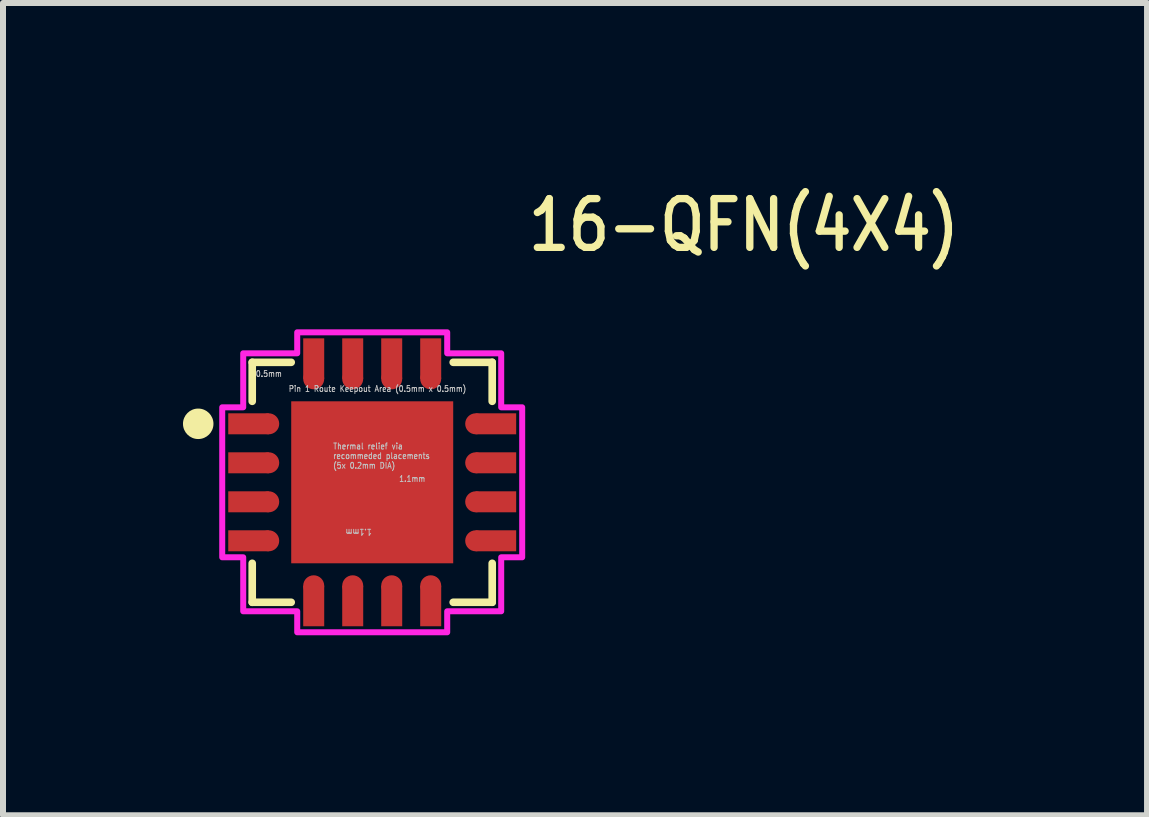
<source format=kicad_pcb>
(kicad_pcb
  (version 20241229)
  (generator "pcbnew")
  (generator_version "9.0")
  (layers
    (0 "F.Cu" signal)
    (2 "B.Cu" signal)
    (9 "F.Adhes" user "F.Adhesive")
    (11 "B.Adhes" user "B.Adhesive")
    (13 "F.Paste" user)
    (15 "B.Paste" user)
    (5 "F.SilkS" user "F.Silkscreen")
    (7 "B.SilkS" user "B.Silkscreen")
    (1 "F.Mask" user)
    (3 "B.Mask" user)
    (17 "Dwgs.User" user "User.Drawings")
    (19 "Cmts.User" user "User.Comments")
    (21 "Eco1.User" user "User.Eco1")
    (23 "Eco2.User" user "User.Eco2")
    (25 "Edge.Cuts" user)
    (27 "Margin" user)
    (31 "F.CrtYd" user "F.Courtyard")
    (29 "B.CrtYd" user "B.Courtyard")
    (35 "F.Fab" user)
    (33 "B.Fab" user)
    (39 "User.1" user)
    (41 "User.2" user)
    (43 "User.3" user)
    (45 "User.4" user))
  (footprint "16-QFN(4X4)"
    (layer "F.Cu")
    (at 3.154 4.989)
    (property "Reference" "16-QFN(4X4)" (at 2.54 -3.81 0) (unlocked yes) (layer "F.SilkS") (effects (font (size 0.813 0.695) (thickness 0.122)) (justify left bottom)))
    (fp_circle (center -1.725 -0.975) (end -1.55 -0.975) (stroke (width 0) (type solid)) (fill yes) (layer "F.Cu"))
    (fp_circle (center -1.725 -0.325) (end -1.55 -0.325) (stroke (width 0) (type solid)) (fill yes) (layer "F.Cu"))
    (fp_circle (center -1.725 0.325) (end -1.55 0.325) (stroke (width 0) (type solid)) (fill yes) (layer "F.Cu"))
    (fp_circle (center -1.725 0.975) (end -1.55 0.975) (stroke (width 0) (type solid)) (fill yes) (layer "F.Cu"))
    (fp_circle (center -0.975 -1.725) (end -0.8 -1.725) (stroke (width 0) (type solid)) (fill yes) (layer "F.Cu"))
    (fp_circle (center -0.975 1.725) (end -0.8 1.725) (stroke (width 0) (type solid)) (fill yes) (layer "F.Cu"))
    (fp_circle (center -0.325 -1.725) (end -0.15 -1.725) (stroke (width 0) (type solid)) (fill yes) (layer "F.Cu"))
    (fp_circle (center -0.325 1.725) (end -0.15 1.725) (stroke (width 0) (type solid)) (fill yes) (layer "F.Cu"))
    (fp_circle (center 0.325 -1.725) (end 0.5 -1.725) (stroke (width 0) (type solid)) (fill yes) (layer "F.Cu"))
    (fp_circle (center 0.325 1.725) (end 0.5 1.725) (stroke (width 0) (type solid)) (fill yes) (layer "F.Cu"))
    (fp_circle (center 0.975 -1.725) (end 1.15 -1.725) (stroke (width 0) (type solid)) (fill yes) (layer "F.Cu"))
    (fp_circle (center 0.975 1.725) (end 1.15 1.725) (stroke (width 0) (type solid)) (fill yes) (layer "F.Cu"))
    (fp_circle (center 1.725 -0.975) (end 1.9 -0.975) (stroke (width 0) (type solid)) (fill yes) (layer "F.Cu"))
    (fp_circle (center 1.725 -0.325) (end 1.9 -0.325) (stroke (width 0) (type solid)) (fill yes) (layer "F.Cu"))
    (fp_circle (center 1.725 0.325) (end 1.9 0.325) (stroke (width 0) (type solid)) (fill yes) (layer "F.Cu"))
    (fp_circle (center 1.725 0.975) (end 1.9 0.975) (stroke (width 0) (type solid)) (fill yes) (layer "F.Cu"))
    (fp_poly (pts (xy -2.5 -0.7) (xy -2.5 -1.25) (xy -1.725 -1.25) (xy -1.45 -0.975) (xy -1.725 -0.7)) (stroke (width 0) (type solid)) (fill yes) (layer "F.Mask"))
    (fp_poly (pts (xy -2.5 -0.05) (xy -2.5 -0.6) (xy -1.725 -0.6) (xy -1.45 -0.325) (xy -1.725 -0.05)) (stroke (width 0) (type solid)) (fill yes) (layer "F.Mask"))
    (fp_poly (pts (xy -2.5 0.6) (xy -2.5 0.05) (xy -1.725 0.05) (xy -1.45 0.325) (xy -1.725 0.6)) (stroke (width 0) (type solid)) (fill yes) (layer "F.Mask"))
    (fp_poly (pts (xy -2.5 1.25) (xy -2.5 0.7) (xy -1.725 0.7) (xy -1.45 0.975) (xy -1.725 1.25)) (stroke (width 0) (type solid)) (fill yes) (layer "F.Mask"))
    (fp_poly (pts (xy -1.25 -2.5) (xy -0.7 -2.5) (xy -0.7 -1.725) (xy -0.975 -1.45) (xy -1.25 -1.725)) (stroke (width 0) (type solid)) (fill yes) (layer "F.Mask"))
    (fp_poly (pts (xy -0.7 2.5) (xy -1.25 2.5) (xy -1.25 1.725) (xy -0.975 1.45) (xy -0.7 1.725)) (stroke (width 0) (type solid)) (fill yes) (layer "F.Mask"))
    (fp_poly (pts (xy -0.6 -2.5) (xy -0.05 -2.5) (xy -0.05 -1.725) (xy -0.325 -1.45) (xy -0.6 -1.725)) (stroke (width 0) (type solid)) (fill yes) (layer "F.Mask"))
    (fp_poly (pts (xy -0.05 2.5) (xy -0.6 2.5) (xy -0.6 1.725) (xy -0.325 1.45) (xy -0.05 1.725)) (stroke (width 0) (type solid)) (fill yes) (layer "F.Mask"))
    (fp_poly (pts (xy 0.05 -2.5) (xy 0.6 -2.5) (xy 0.6 -1.725) (xy 0.325 -1.45) (xy 0.05 -1.725)) (stroke (width 0) (type solid)) (fill yes) (layer "F.Mask"))
    (fp_poly (pts (xy 0.6 2.5) (xy 0.05 2.5) (xy 0.05 1.725) (xy 0.325 1.45) (xy 0.6 1.725)) (stroke (width 0) (type solid)) (fill yes) (layer "F.Mask"))
    (fp_poly (pts (xy 0.7 -2.5) (xy 1.25 -2.5) (xy 1.25 -1.725) (xy 0.975 -1.45) (xy 0.7 -1.725)) (stroke (width 0) (type solid)) (fill yes) (layer "F.Mask"))
    (fp_poly (pts (xy 1.25 2.5) (xy 0.7 2.5) (xy 0.7 1.725) (xy 0.975 1.45) (xy 1.25 1.725)) (stroke (width 0) (type solid)) (fill yes) (layer "F.Mask"))
    (fp_poly (pts (xy 2.5 -1.25) (xy 2.5 -0.7) (xy 1.725 -0.7) (xy 1.45 -0.975) (xy 1.725 -1.25)) (stroke (width 0) (type solid)) (fill yes) (layer "F.Mask"))
    (fp_poly (pts (xy 2.5 -0.6) (xy 2.5 -0.05) (xy 1.725 -0.05) (xy 1.45 -0.325) (xy 1.725 -0.6)) (stroke (width 0) (type solid)) (fill yes) (layer "F.Mask"))
    (fp_poly (pts (xy 2.5 0.05) (xy 2.5 0.6) (xy 1.725 0.6) (xy 1.45 0.325) (xy 1.725 0.05)) (stroke (width 0) (type solid)) (fill yes) (layer "F.Mask"))
    (fp_poly (pts (xy 2.5 0.7) (xy 2.5 1.25) (xy 1.725 1.25) (xy 1.45 0.975) (xy 1.725 0.7)) (stroke (width 0) (type solid)) (fill yes) (layer "F.Mask"))
    (fp_line (start -2 -2) (end -1.35 -2) (stroke (width 0.127) (type solid)) (layer "F.SilkS"))
    (fp_line (start -2 -1.35) (end -2 -2) (stroke (width 0.127) (type solid)) (layer "F.SilkS"))
    (fp_line (start -2 2) (end -2 1.35) (stroke (width 0.127) (type solid)) (layer "F.SilkS"))
    (fp_line (start -1.35 2) (end -2 2) (stroke (width 0.127) (type solid)) (layer "F.SilkS"))
    (fp_line (start 1.35 -2) (end 2 -2) (stroke (width 0.127) (type solid)) (layer "F.SilkS"))
    (fp_line (start 2 -2) (end 2 -1.35) (stroke (width 0.127) (type solid)) (layer "F.SilkS"))
    (fp_line (start 2 1.35) (end 2 2) (stroke (width 0.127) (type solid)) (layer "F.SilkS"))
    (fp_line (start 2 2) (end 1.35 2) (stroke (width 0.127) (type solid)) (layer "F.SilkS"))
    (fp_circle (center -2.9 -0.975) (end -2.646 -0.975) (stroke (width 0) (type solid)) (fill yes) (layer "F.SilkS"))
    (fp_poly (pts (xy -1.725 -1.125) (xy -1.575 -0.975) (xy -1.725 -0.825) (xy -2.375 -0.825) (xy -2.375 -1.125)) (stroke (width 0) (type solid)) (fill yes) (layer "F.Paste"))
    (fp_poly (pts (xy -1.725 -0.475) (xy -1.575 -0.325) (xy -1.725 -0.175) (xy -2.375 -0.175) (xy -2.375 -0.475)) (stroke (width 0) (type solid)) (fill yes) (layer "F.Paste"))
    (fp_poly (pts (xy -1.725 0.175) (xy -1.575 0.325) (xy -1.725 0.475) (xy -2.375 0.475) (xy -2.375 0.175)) (stroke (width 0) (type solid)) (fill yes) (layer "F.Paste"))
    (fp_poly (pts (xy -1.725 0.825) (xy -1.575 0.975) (xy -1.725 1.125) (xy -2.375 1.125) (xy -2.375 0.825)) (stroke (width 0) (type solid)) (fill yes) (layer "F.Paste"))
    (fp_poly (pts (xy -1.125 1.725) (xy -0.975 1.575) (xy -0.825 1.725) (xy -0.825 2.375) (xy -1.125 2.375)) (stroke (width 0) (type solid)) (fill yes) (layer "F.Paste"))
    (fp_poly (pts (xy -0.825 -1.725) (xy -0.975 -1.575) (xy -1.125 -1.725) (xy -1.125 -2.375) (xy -0.825 -2.375)) (stroke (width 0) (type solid)) (fill yes) (layer "F.Paste"))
    (fp_poly (pts (xy -0.475 1.725) (xy -0.325 1.575) (xy -0.175 1.725) (xy -0.175 2.375) (xy -0.475 2.375)) (stroke (width 0) (type solid)) (fill yes) (layer "F.Paste"))
    (fp_poly (pts (xy -0.175 -1.725) (xy -0.325 -1.575) (xy -0.475 -1.725) (xy -0.475 -2.375) (xy -0.175 -2.375)) (stroke (width 0) (type solid)) (fill yes) (layer "F.Paste"))
    (fp_poly (pts (xy -0.15 -0.15) (xy -0.15 -1.25) (xy -0.728 -1.25) (xy -1.25 -0.728) (xy -1.25 -0.15)) (stroke (width 0) (type solid)) (fill yes) (layer "F.Paste"))
    (fp_poly (pts (xy -0.15 0.15) (xy -1.25 0.15) (xy -1.25 0.728) (xy -0.728 1.25) (xy -0.15 1.25)) (stroke (width 0) (type solid)) (fill yes) (layer "F.Paste"))
    (fp_poly (pts (xy 0.15 -0.15) (xy 1.25 -0.15) (xy 1.25 -0.728) (xy 0.728 -1.25) (xy 0.15 -1.25)) (stroke (width 0) (type solid)) (fill yes) (layer "F.Paste"))
    (fp_poly (pts (xy 0.15 0.15) (xy 0.15 1.25) (xy 0.728 1.25) (xy 1.25 0.728) (xy 1.25 0.15)) (stroke (width 0) (type solid)) (fill yes) (layer "F.Paste"))
    (fp_poly (pts (xy 0.175 1.725) (xy 0.325 1.575) (xy 0.475 1.725) (xy 0.475 2.375) (xy 0.175 2.375)) (stroke (width 0) (type solid)) (fill yes) (layer "F.Paste"))
    (fp_poly (pts (xy 0.475 -1.725) (xy 0.325 -1.575) (xy 0.175 -1.725) (xy 0.175 -2.375) (xy 0.475 -2.375)) (stroke (width 0) (type solid)) (fill yes) (layer "F.Paste"))
    (fp_poly (pts (xy 0.825 1.725) (xy 0.975 1.575) (xy 1.125 1.725) (xy 1.125 2.375) (xy 0.825 2.375)) (stroke (width 0) (type solid)) (fill yes) (layer "F.Paste"))
    (fp_poly (pts (xy 1.125 -1.725) (xy 0.975 -1.575) (xy 0.825 -1.725) (xy 0.825 -2.375) (xy 1.125 -2.375)) (stroke (width 0) (type solid)) (fill yes) (layer "F.Paste"))
    (fp_poly (pts (xy 1.725 -0.825) (xy 1.575 -0.975) (xy 1.725 -1.125) (xy 2.375 -1.125) (xy 2.375 -0.825)) (stroke (width 0) (type solid)) (fill yes) (layer "F.Paste"))
    (fp_poly (pts (xy 1.725 -0.175) (xy 1.575 -0.325) (xy 1.725 -0.475) (xy 2.375 -0.475) (xy 2.375 -0.175)) (stroke (width 0) (type solid)) (fill yes) (layer "F.Paste"))
    (fp_poly (pts (xy 1.725 0.475) (xy 1.575 0.325) (xy 1.725 0.175) (xy 2.375 0.175) (xy 2.375 0.475)) (stroke (width 0) (type solid)) (fill yes) (layer "F.Paste"))
    (fp_poly (pts (xy 1.725 1.125) (xy 1.575 0.975) (xy 1.725 0.825) (xy 2.375 0.825) (xy 2.375 1.125)) (stroke (width 0) (type solid)) (fill yes) (layer "F.Paste"))
    (fp_line (start -2 -2) (end -2 -1.75) (stroke (width 0.000009) (type solid)) (layer "Dwgs.User"))
    (fp_line (start -2 -1.75) (end -2 -1.5) (stroke (width 0.000009) (type solid)) (layer "Dwgs.User"))
    (fp_line (start -2 -1.75) (end -1.95 -1.8) (stroke (width 0.000009) (type solid)) (layer "Dwgs.User"))
    (fp_line (start -2 -1.75) (end -1.95 -1.7) (stroke (width 0.000009) (type solid)) (layer "Dwgs.User"))
    (fp_line (start -2 -1.75) (end -1.75 -1.75) (stroke (width 0.000009) (type solid)) (layer "Dwgs.User"))
    (fp_line (start -2 -1.5) (end -1.75 -1.5) (stroke (width 0.000009) (type solid)) (layer "Dwgs.User"))
    (fp_line (start -1.75 -2) (end -2 -2) (stroke (width 0.000009) (type solid)) (layer "Dwgs.User"))
    (fp_line (start -1.75 -2) (end -1.8 -1.95) (stroke (width 0.000009) (type solid)) (layer "Dwgs.User"))
    (fp_line (start -1.75 -2) (end -1.75 -1.85) (stroke (width 0.000009) (type solid)) (layer "Dwgs.User"))
    (fp_line (start -1.75 -2) (end -1.7 -1.95) (stroke (width 0.000009) (type solid)) (layer "Dwgs.User"))
    (fp_line (start -1.75 -1.75) (end -1.75 -1.5) (stroke (width 0.000009) (type solid)) (layer "Dwgs.User"))
    (fp_line (start -1.75 -1.75) (end -1.5 -1.75) (stroke (width 0.000009) (type solid)) (layer "Dwgs.User"))
    (fp_line (start -1.75 -1.5) (end -1.8 -1.55) (stroke (width 0.000009) (type solid)) (layer "Dwgs.User"))
    (fp_line (start -1.75 -1.5) (end -1.7 -1.55) (stroke (width 0.000009) (type solid)) (layer "Dwgs.User"))
    (fp_line (start -1.75 -1.5) (end -1.5 -1.5) (stroke (width 0.000009) (type solid)) (layer "Dwgs.User"))
    (fp_line (start -1.55 -1.7) (end -1.5 -1.75) (stroke (width 0.000009) (type solid)) (layer "Dwgs.User"))
    (fp_line (start -1.5 -2) (end -1.75 -2) (stroke (width 0.000009) (type solid)) (layer "Dwgs.User"))
    (fp_line (start -1.5 -1.75) (end -1.55 -1.8) (stroke (width 0.000009) (type solid)) (layer "Dwgs.User"))
    (fp_line (start -1.5 -1.75) (end -1.5 -2) (stroke (width 0.000009) (type solid)) (layer "Dwgs.User"))
    (fp_line (start -1.5 -1.5) (end -1.5 -1.75) (stroke (width 0.000009) (type solid)) (layer "Dwgs.User"))
    (fp_line (start 0 0) (end -0.11 0.11) (stroke (width 0.000009) (type solid)) (layer "Dwgs.User"))
    (fp_line (start 0 0) (end 0 1.1) (stroke (width 0.000009) (type solid)) (layer "Dwgs.User"))
    (fp_line (start 0 0) (end 0.11 -0.11) (stroke (width 0.000009) (type solid)) (layer "Dwgs.User"))
    (fp_line (start 0 0) (end 0.11 0.11) (stroke (width 0.000009) (type solid)) (layer "Dwgs.User"))
    (fp_line (start 0 0) (end 1.1 0) (stroke (width 0.000009) (type solid)) (layer "Dwgs.User"))
    (fp_line (start 0 1.1) (end -0.11 0.99) (stroke (width 0.000009) (type solid)) (layer "Dwgs.User"))
    (fp_line (start 0 1.1) (end 0.11 0.99) (stroke (width 0.000009) (type solid)) (layer "Dwgs.User"))
    (fp_line (start 1.1 0) (end 0.99 -0.11) (stroke (width 0.000009) (type solid)) (layer "Dwgs.User"))
    (fp_line (start 1.1 0) (end 0.99 0.11) (stroke (width 0.000009) (type solid)) (layer "Dwgs.User"))
    (fp_circle (center -1.1 0) (end -1 0) (stroke (width 0.000009) (type solid)) (fill no) (layer "Dwgs.User"))
    (fp_circle (center 0 -1.1) (end 0.1 -1.1) (stroke (width 0.000009) (type solid)) (fill no) (layer "Dwgs.User"))
    (fp_circle (center 0 0) (end 0.1 0) (stroke (width 0.000009) (type solid)) (fill no) (layer "Dwgs.User"))
    (fp_circle (center 0 1.1) (end 0.1 1.1) (stroke (width 0.000009) (type solid)) (fill no) (layer "Dwgs.User"))
    (fp_circle (center 1.1 0) (end 1.2 0) (stroke (width 0.000009) (type solid)) (fill no) (layer "Dwgs.User"))
    (fp_poly (pts (xy -2.5 -1.25) (xy -2.15 -1.25) (xy -2.15 -2.15) (xy -1.25 -2.15) (xy -1.25 -2.5) (xy 1.25 -2.5) (xy 1.25 -2.15) (xy 2.15 -2.15) (xy 2.15 -1.25) (xy 2.5 -1.25) (xy 2.5 1.25) (xy 2.15 1.25) (xy 2.15 2.15) (xy 1.25 2.15) (xy 1.25 2.5) (xy -1.25 2.5) (xy -1.25 2.15) (xy -2.15 2.15) (xy -2.15 1.25) (xy -2.5 1.25)) (stroke (width 0.1) (type solid)) (fill no) (layer "F.CrtYd"))
    (fp_text user "Thermal relief via \nrecommeded placements \n(5x 0.2mm DIA)" (at -0.66 -0.22 0) (unlocked yes) (layer "Dwgs.User") (effects (font (size 0.1 0.086) (thickness 0.015)) (justify left bottom)))
    (fp_text user "0.5mm" (at -1.95 -1.75 0) (unlocked yes) (layer "Dwgs.User") (effects (font (size 0.1 0.086) (thickness 0.015)) (justify left bottom)))
    (fp_text user "Pin 1 Route Keepout Area (0.5mm x 0.5mm)" (at -1.4 -1.5 0) (unlocked yes) (layer "Dwgs.User") (effects (font (size 0.1 0.086) (thickness 0.015)) (justify left bottom)))
    (fp_text user "1.1mm" (at 0 0.77 180) (unlocked yes) (layer "Dwgs.User") (effects (font (size 0.1 0.086) (thickness 0.015)) (justify left bottom)))
    (fp_text user "1.1mm" (at 0.44 0 0) (unlocked yes) (layer "Dwgs.User") (effects (font (size 0.1 0.086) (thickness 0.015)) (justify left bottom)))
    (pad "1" smd rect (at -2.062 -0.975) (size 0.675 0.35) (layers "F.Cu"))
    (pad "2" smd rect (at -2.062 -0.325) (size 0.675 0.35) (layers "F.Cu"))
    (pad "3" smd rect (at -2.062 0.325) (size 0.675 0.35) (layers "F.Cu"))
    (pad "4" smd rect (at -2.062 0.975) (size 0.675 0.35) (layers "F.Cu"))
    (pad "5" smd rect (at -0.975 2.062) (size 0.35 0.675) (layers "F.Cu"))
    (pad "6" smd rect (at -0.325 2.062) (size 0.35 0.675) (layers "F.Cu"))
    (pad "7" smd rect (at 0.325 2.062) (size 0.35 0.675) (layers "F.Cu"))
    (pad "8" smd rect (at 0.975 2.062) (size 0.35 0.675) (layers "F.Cu"))
    (pad "9" smd rect (at 2.062 0.975) (size 0.675 0.35) (layers "F.Cu"))
    (pad "10" smd rect (at 2.062 0.325) (size 0.675 0.35) (layers "F.Cu"))
    (pad "11" smd rect (at 2.062 -0.325) (size 0.675 0.35) (layers "F.Cu"))
    (pad "12" smd rect (at 2.062 -0.975) (size 0.675 0.35) (layers "F.Cu"))
    (pad "13" smd rect (at 0.975 -2.062) (size 0.35 0.675) (layers "F.Cu"))
    (pad "14" smd rect (at 0.325 -2.062) (size 0.35 0.675) (layers "F.Cu"))
    (pad "15" smd rect (at -0.325 -2.062) (size 0.35 0.675) (layers "F.Cu"))
    (pad "16" smd rect (at -0.975 -2.062) (size 0.35 0.675) (layers "F.Cu"))
    (pad "17" smd rect (at 0 0) (size 2.7 2.7) (layers "F.Cu" "F.Mask")))
  (gr_rect
    (start -3 -3)
    (end 16.069 10.539)
    (stroke (width 0.1) (type default))
    (fill no)
    (layer "Edge.Cuts")))
</source>
